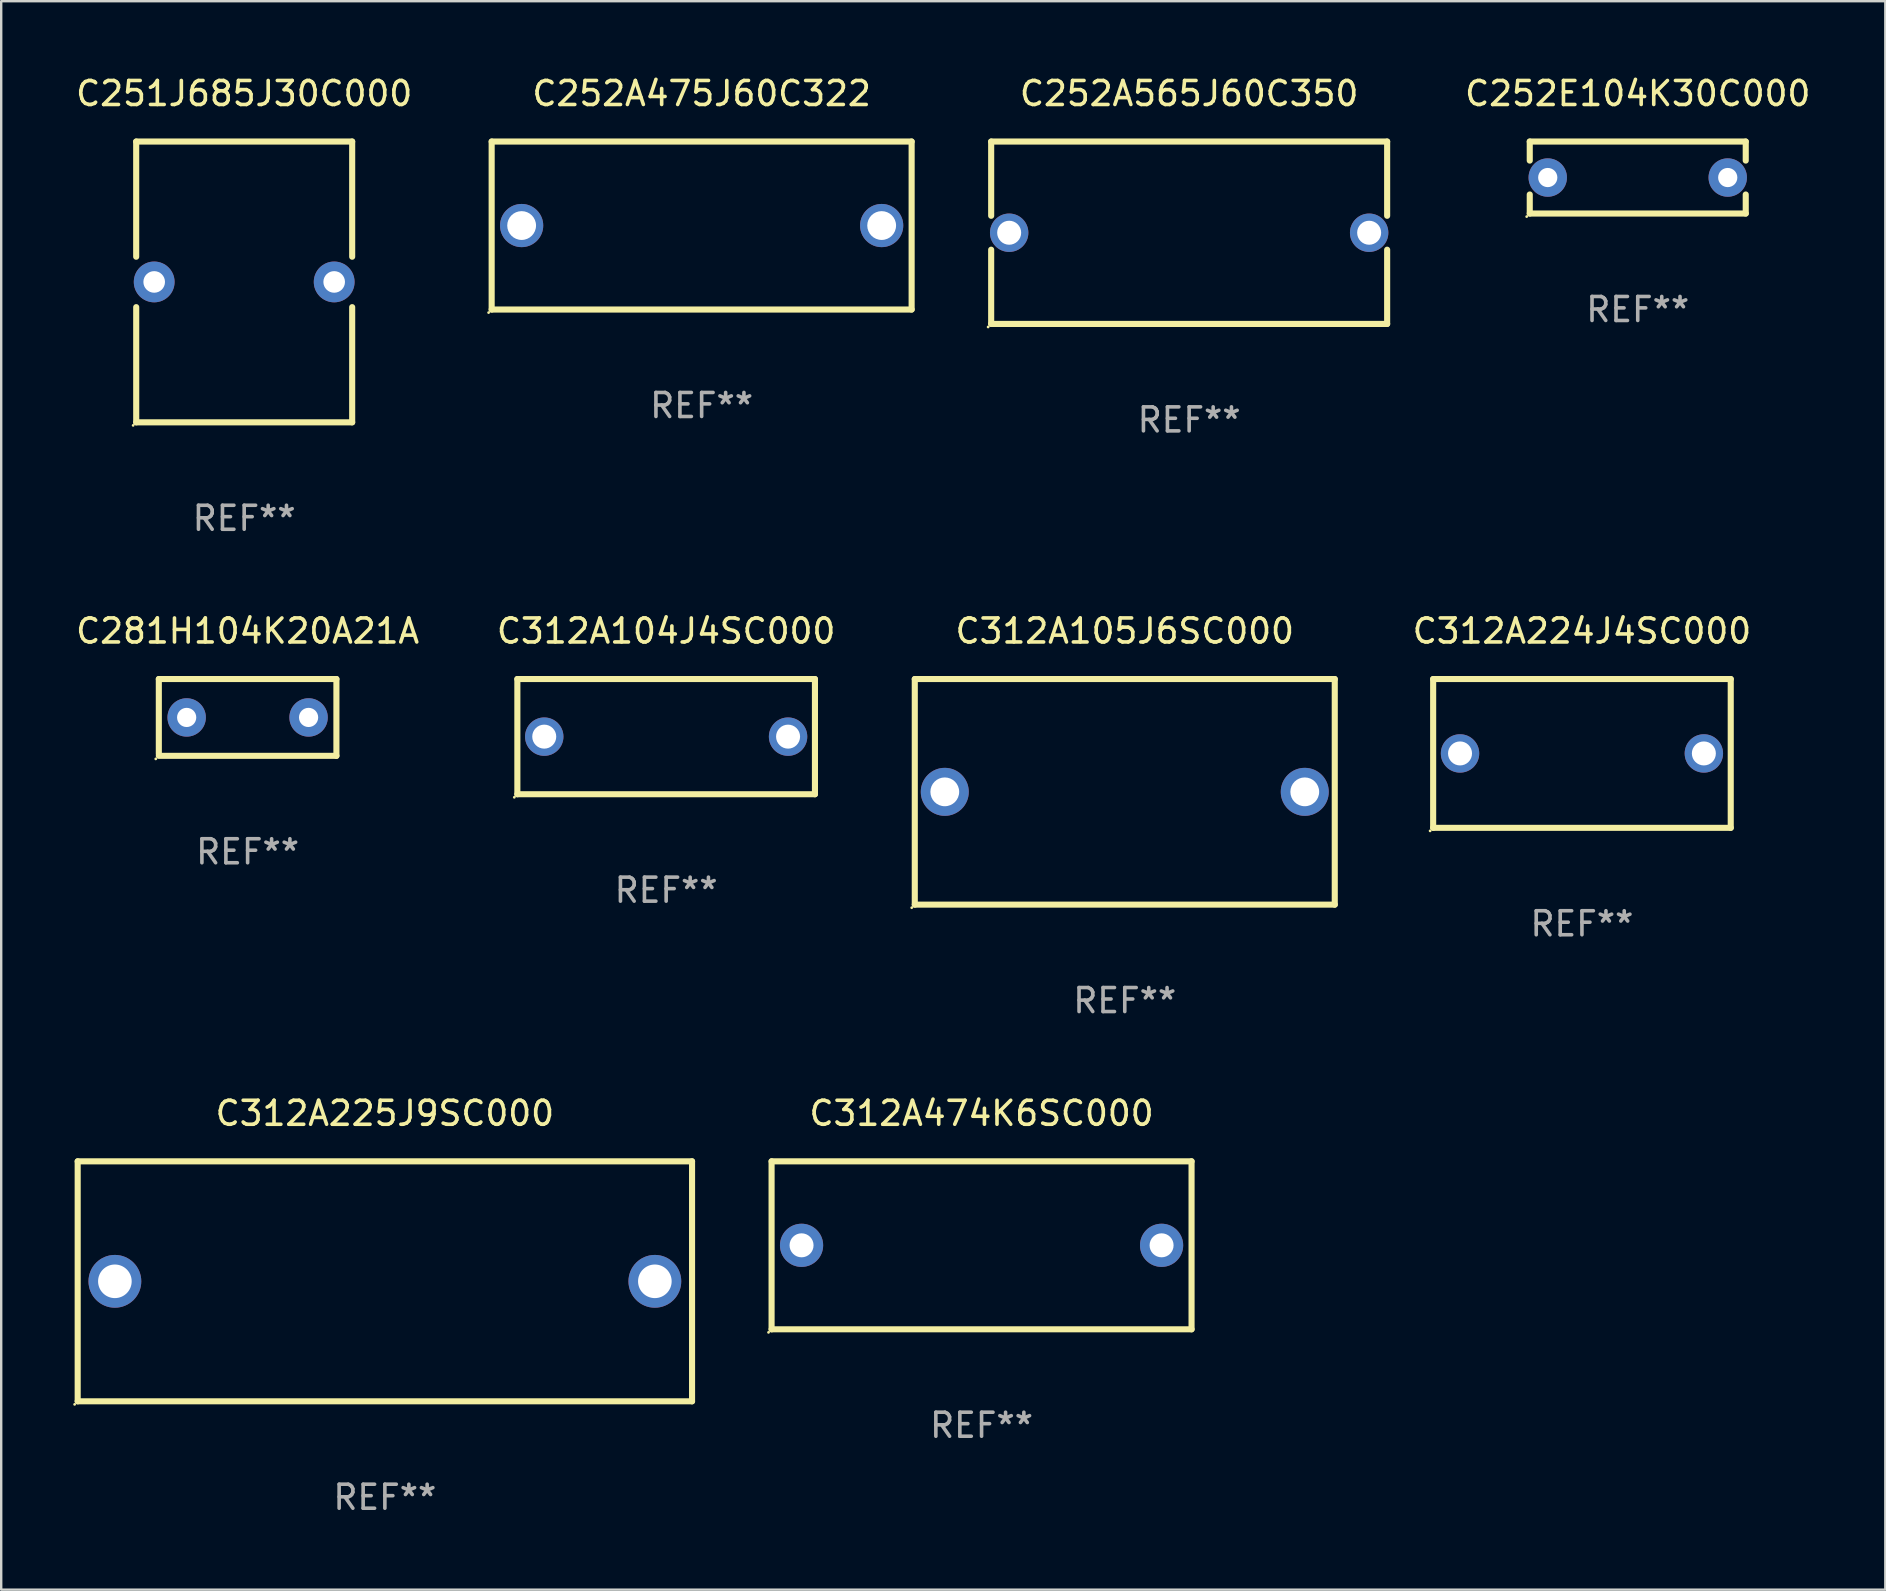
<source format=kicad_pcb>
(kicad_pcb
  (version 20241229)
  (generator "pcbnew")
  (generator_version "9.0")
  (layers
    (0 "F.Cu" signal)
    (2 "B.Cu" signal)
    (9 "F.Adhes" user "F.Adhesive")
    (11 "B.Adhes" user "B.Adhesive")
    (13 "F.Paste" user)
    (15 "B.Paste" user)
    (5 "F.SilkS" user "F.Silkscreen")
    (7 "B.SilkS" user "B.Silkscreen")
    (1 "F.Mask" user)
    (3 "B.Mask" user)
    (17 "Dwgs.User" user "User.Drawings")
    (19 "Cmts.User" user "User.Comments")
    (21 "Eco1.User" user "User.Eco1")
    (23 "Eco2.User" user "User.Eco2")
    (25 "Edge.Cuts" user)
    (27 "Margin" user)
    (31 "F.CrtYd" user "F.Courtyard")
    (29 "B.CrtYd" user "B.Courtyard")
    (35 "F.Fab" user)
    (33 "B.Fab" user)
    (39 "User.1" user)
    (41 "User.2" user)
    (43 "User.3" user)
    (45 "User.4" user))
  (footprint "C281H104K20A21A"
    (layer "F.Cu")
    (at 7.268 26.845)
    (property "Reference" "C281H104K20A21A" (at 0 -3.6 0) (layer "F.SilkS") (effects (font (size 1 1) (thickness 0.15))))
    (attr through_hole)
    (fp_line (start -3.7 -1.6) (end -3.7 1.524) (stroke (width 0.254) (type solid)) (layer "F.SilkS"))
    (fp_line (start -3.7 -1.6) (end 3.7 -1.6) (stroke (width 0.254) (type solid)) (layer "F.SilkS"))
    (fp_line (start -3.7 1.6) (end 3.7 1.6) (stroke (width 0.254) (type solid)) (layer "F.SilkS"))
    (fp_line (start 3.7 -1.6) (end 3.7 1.6) (stroke (width 0.254) (type solid)) (layer "F.SilkS"))
    (fp_circle (center -3.827 1.727) (end -3.797 1.727) (stroke (width 0.06) (type solid)) (fill no) (layer "F.SilkS"))
    (fp_text user "REF**" (at 0 5.6 0) (layer "F.Fab") (effects (font (size 1 1) (thickness 0.15))))
    (pad "1" thru_hole circle (at -2.54 0) (size 1.6 1.6) (drill 0.8) (layers "*.Cu" "*.Mask"))
    (pad "2" thru_hole circle (at 2.54 0) (size 1.6 1.6) (drill 0.8) (layers "*.Cu" "*.Mask")))
  (footprint "C312A224J4SC000"
    (layer "F.Cu")
    (at 62.868 28.345)
    (property "Reference" "C312A224J4SC000" (at 0 -5.1 0) (layer "F.SilkS") (effects (font (size 1 1) (thickness 0.15))))
    (attr through_hole)
    (fp_line (start -6.2 -3.1) (end 6.2 -3.1) (stroke (width 0.254) (type solid)) (layer "F.SilkS"))
    (fp_line (start -6.2 3.1) (end -6.2 -3.1) (stroke (width 0.254) (type solid)) (layer "F.SilkS"))
    (fp_line (start 6.2 -3.1) (end 6.2 3.1) (stroke (width 0.254) (type solid)) (layer "F.SilkS"))
    (fp_line (start 6.2 3.1) (end -6.2 3.1) (stroke (width 0.254) (type solid)) (layer "F.SilkS"))
    (fp_circle (center -6.327 3.227) (end -6.297 3.227) (stroke (width 0.06) (type solid)) (fill no) (layer "F.SilkS"))
    (fp_text user "REF**" (at 0 7.1 0) (layer "F.Fab") (effects (font (size 1 1) (thickness 0.15))))
    (pad "1" thru_hole circle (at -5.08 0) (size 1.6 1.6) (drill 1) (layers "*.Cu" "*.Mask"))
    (pad "2" thru_hole circle (at 5.08 0) (size 1.6 1.6) (drill 1) (layers "*.Cu" "*.Mask")))
  (footprint "C251J685J30C000"
    (layer "F.Cu")
    (at 7.125 8.698)
    (property "Reference" "C251J685J30C000" (at 0 -7.85 0) (layer "F.SilkS") (effects (font (size 1 1) (thickness 0.15))))
    (attr through_hole)
    (fp_line (start -4.5 -5.85) (end -4.5 -1.05) (stroke (width 0.254) (type solid)) (layer "F.SilkS"))
    (fp_line (start -4.5 -5.85) (end 4.5 -5.85) (stroke (width 0.254) (type solid)) (layer "F.SilkS"))
    (fp_line (start -4.499 1.05) (end -4.499 5.85) (stroke (width 0.254) (type solid)) (layer "F.SilkS"))
    (fp_line (start 4.5 -5.85) (end 4.5 -1.05) (stroke (width 0.254) (type solid)) (layer "F.SilkS"))
    (fp_line (start 4.5 1.05) (end 4.5 5.85) (stroke (width 0.254) (type solid)) (layer "F.SilkS"))
    (fp_line (start 4.5 5.85) (end -4.499 5.85) (stroke (width 0.254) (type solid)) (layer "F.SilkS"))
    (fp_circle (center -4.627 5.977) (end -4.597 5.977) (stroke (width 0.06) (type solid)) (fill no) (layer "F.SilkS"))
    (fp_text user "REF**" (at 0 9.85 0) (layer "F.Fab") (effects (font (size 1 1) (thickness 0.15))))
    (pad "1" thru_hole circle (at -3.75 0) (size 1.7 1.7) (drill 0.9) (layers "*.Cu" "*.Mask"))
    (pad "2" thru_hole circle (at 3.75 0) (size 1.7 1.7) (drill 0.9) (layers "*.Cu" "*.Mask")))
  (footprint "C252A565J60C350"
    (layer "F.Cu")
    (at 46.501 6.648)
    (property "Reference" "C252A565J60C350" (at 0 -5.8 0) (layer "F.SilkS") (effects (font (size 1 1) (thickness 0.15))))
    (attr through_hole)
    (fp_line (start -8.25 -3.8) (end -8.25 -0.706) (stroke (width 0.254) (type solid)) (layer "F.SilkS"))
    (fp_line (start -8.25 -3.8) (end 8.25 -3.8) (stroke (width 0.254) (type solid)) (layer "F.SilkS"))
    (fp_line (start -8.25 0.707) (end -8.25 3.8) (stroke (width 0.254) (type solid)) (layer "F.SilkS"))
    (fp_line (start -8.25 3.8) (end 8.25 3.8) (stroke (width 0.254) (type solid)) (layer "F.SilkS"))
    (fp_line (start 8.25 0.707) (end 8.25 3.8) (stroke (width 0.254) (type solid)) (layer "F.SilkS"))
    (fp_line (start 8.25 -3.8) (end 8.25 -0.706) (stroke (width 0.254) (type solid)) (layer "F.SilkS"))
    (fp_circle (center -8.377 3.927) (end -8.347 3.927) (stroke (width 0.06) (type solid)) (fill no) (layer "F.SilkS"))
    (fp_text user "REF**" (at 0 7.8 0) (layer "F.Fab") (effects (font (size 1 1) (thickness 0.15))))
    (pad "1" thru_hole circle (at -7.5 0) (size 1.6 1.6) (drill 1) (layers "*.Cu" "*.Mask"))
    (pad "2" thru_hole circle (at 7.5 0) (size 1.6 1.6) (drill 1) (layers "*.Cu" "*.Mask")))
  (footprint "C312A474K6SC000"
    (layer "F.Cu")
    (at 37.851 48.841)
    (property "Reference" "C312A474K6SC000" (at 0 -5.5 0) (layer "F.SilkS") (effects (font (size 1 1) (thickness 0.15))))
    (attr through_hole)
    (fp_line (start -8.75 -3.5) (end 8.75 -3.5) (stroke (width 0.254) (type solid)) (layer "F.SilkS"))
    (fp_line (start -8.75 3.5) (end -8.75 -3.5) (stroke (width 0.254) (type solid)) (layer "F.SilkS"))
    (fp_line (start 8.75 -3.5) (end 8.75 3.5) (stroke (width 0.254) (type solid)) (layer "F.SilkS"))
    (fp_line (start 8.75 3.5) (end -8.75 3.5) (stroke (width 0.254) (type solid)) (layer "F.SilkS"))
    (fp_circle (center -8.877 3.627) (end -8.847 3.627) (stroke (width 0.06) (type solid)) (fill no) (layer "F.SilkS"))
    (fp_text user "REF**" (at 0 7.5 0) (layer "F.Fab") (effects (font (size 1 1) (thickness 0.15))))
    (pad "1" thru_hole circle (at -7.501 0) (size 1.8 1.8) (drill 1) (layers "*.Cu" "*.Mask"))
    (pad "2" thru_hole circle (at 7.501 0) (size 1.8 1.8) (drill 1) (layers "*.Cu" "*.Mask")))
  (footprint "C312A105J6SC000"
    (layer "F.Cu")
    (at 43.818 29.945)
    (property "Reference" "C312A105J6SC000" (at 0 -6.7 0) (layer "F.SilkS") (effects (font (size 1 1) (thickness 0.15))))
    (attr through_hole)
    (fp_line (start -8.75 -4.7) (end 8.75 -4.7) (stroke (width 0.254) (type solid)) (layer "F.SilkS"))
    (fp_line (start -8.75 4.7) (end -8.75 -4.7) (stroke (width 0.254) (type solid)) (layer "F.SilkS"))
    (fp_line (start 8.75 -4.7) (end 8.75 4.7) (stroke (width 0.254) (type solid)) (layer "F.SilkS"))
    (fp_line (start 8.75 4.7) (end -8.75 4.7) (stroke (width 0.254) (type solid)) (layer "F.SilkS"))
    (fp_circle (center -8.877 4.827) (end -8.847 4.827) (stroke (width 0.06) (type solid)) (fill no) (layer "F.SilkS"))
    (fp_text user "REF**" (at 0 8.7 0) (layer "F.Fab") (effects (font (size 1 1) (thickness 0.15))))
    (pad "1" thru_hole circle (at -7.5 0) (size 2 2) (drill 1.2) (layers "*.Cu" "*.Mask"))
    (pad "2" thru_hole circle (at 7.5 0) (size 2 2) (drill 1.2) (layers "*.Cu" "*.Mask")))
  (footprint "C252E104K30C000"
    (layer "F.Cu")
    (at 65.193 4.348)
    (property "Reference" "C252E104K30C000" (at 0 -3.5 0) (layer "F.SilkS") (effects (font (size 1 1) (thickness 0.15))))
    (attr through_hole)
    (fp_line (start -4.5 -1.5) (end -4.5 -0.706) (stroke (width 0.254) (type solid)) (layer "F.SilkS"))
    (fp_line (start -4.5 -1.5) (end 4.5 -1.5) (stroke (width 0.254) (type solid)) (layer "F.SilkS"))
    (fp_line (start -4.5 0.706) (end -4.5 1.5) (stroke (width 0.254) (type solid)) (layer "F.SilkS"))
    (fp_line (start -4.5 1.5) (end 4.5 1.5) (stroke (width 0.254) (type solid)) (layer "F.SilkS"))
    (fp_line (start 4.5 -1.5) (end 4.5 -0.707) (stroke (width 0.254) (type solid)) (layer "F.SilkS"))
    (fp_line (start 4.5 0.707) (end 4.5 1.5) (stroke (width 0.254) (type solid)) (layer "F.SilkS"))
    (fp_circle (center -4.627 1.627) (end -4.597 1.627) (stroke (width 0.06) (type solid)) (fill no) (layer "F.SilkS"))
    (fp_text user "REF**" (at 0 5.5 0) (layer "F.Fab") (effects (font (size 1 1) (thickness 0.15))))
    (pad "1" thru_hole circle (at -3.75 0) (size 1.6 1.6) (drill 0.8) (layers "*.Cu" "*.Mask"))
    (pad "2" thru_hole circle (at 3.75 0) (size 1.6 1.6) (drill 0.8) (layers "*.Cu" "*.Mask")))
  (footprint "C312A225J9SC000"
    (layer "F.Cu")
    (at 12.987 50.341)
    (property "Reference" "C312A225J9SC000" (at 0 -7 0) (layer "F.SilkS") (effects (font (size 1 1) (thickness 0.15))))
    (attr through_hole)
    (fp_line (start -12.8 -5) (end 12.8 -5) (stroke (width 0.254) (type solid)) (layer "F.SilkS"))
    (fp_line (start -12.8 5) (end -12.8 -5) (stroke (width 0.254) (type solid)) (layer "F.SilkS"))
    (fp_line (start 12.8 -5) (end 12.8 5) (stroke (width 0.254) (type solid)) (layer "F.SilkS"))
    (fp_line (start 12.8 5) (end -12.8 5) (stroke (width 0.254) (type solid)) (layer "F.SilkS"))
    (fp_circle (center -12.927 5.127) (end -12.897 5.127) (stroke (width 0.06) (type solid)) (fill no) (layer "F.SilkS"))
    (fp_text user "REF**" (at 0 9 0) (layer "F.Fab") (effects (font (size 1 1) (thickness 0.15))))
    (pad "1" thru_hole circle (at -11.25 0) (size 2.2 2.2) (drill 1.4) (layers "*.Cu" "*.Mask"))
    (pad "2" thru_hole circle (at 11.25 0) (size 2.2 2.2) (drill 1.4) (layers "*.Cu" "*.Mask")))
  (footprint "C312A104J4SC000"
    (layer "F.Cu")
    (at 24.708 27.645)
    (property "Reference" "C312A104J4SC000" (at 0 -4.4 0) (layer "F.SilkS") (effects (font (size 1 1) (thickness 0.15))))
    (attr through_hole)
    (fp_line (start -6.2 -2.4) (end 6.2 -2.4) (stroke (width 0.254) (type solid)) (layer "F.SilkS"))
    (fp_line (start -6.2 2.4) (end -6.2 -2.4) (stroke (width 0.254) (type solid)) (layer "F.SilkS"))
    (fp_line (start 6.2 -2.4) (end 6.2 2.4) (stroke (width 0.254) (type solid)) (layer "F.SilkS"))
    (fp_line (start 6.2 2.4) (end -6.2 2.4) (stroke (width 0.254) (type solid)) (layer "F.SilkS"))
    (fp_circle (center -6.327 2.527) (end -6.297 2.527) (stroke (width 0.06) (type solid)) (fill no) (layer "F.SilkS"))
    (fp_text user "REF**" (at 0 6.4 0) (layer "F.Fab") (effects (font (size 1 1) (thickness 0.15))))
    (pad "1" thru_hole circle (at -5.08 0) (size 1.6 1.6) (drill 1) (layers "*.Cu" "*.Mask"))
    (pad "2" thru_hole circle (at 5.08 0) (size 1.6 1.6) (drill 1) (layers "*.Cu" "*.Mask")))
  (footprint "C252A475J60C322"
    (layer "F.Cu")
    (at 26.187 6.348)
    (property "Reference" "C252A475J60C322" (at 0 -5.5 0) (layer "F.SilkS") (effects (font (size 1 1) (thickness 0.15))))
    (attr through_hole)
    (fp_line (start -8.75 -3.5) (end 8.75 -3.5) (stroke (width 0.254) (type solid)) (layer "F.SilkS"))
    (fp_line (start -8.75 3.5) (end -8.75 -3.5) (stroke (width 0.254) (type solid)) (layer "F.SilkS"))
    (fp_line (start 8.75 -3.5) (end 8.75 3.5) (stroke (width 0.254) (type solid)) (layer "F.SilkS"))
    (fp_line (start 8.75 3.5) (end -8.75 3.5) (stroke (width 0.254) (type solid)) (layer "F.SilkS"))
    (fp_circle (center -8.877 3.627) (end -8.847 3.627) (stroke (width 0.06) (type solid)) (fill no) (layer "F.SilkS"))
    (fp_text user "REF**" (at 0 7.5 0) (layer "F.Fab") (effects (font (size 1 1) (thickness 0.15))))
    (pad "1" thru_hole circle (at -7.501 0) (size 1.8 1.8) (drill 1.2) (layers "*.Cu" "*.Mask"))
    (pad "2" thru_hole circle (at 7.501 0) (size 1.8 1.8) (drill 1.2) (layers "*.Cu" "*.Mask")))
  (gr_rect
    (start -3 -3)
    (end 75.509 63.19)
    (stroke (width 0.1) (type default))
    (fill no)
    (layer "Edge.Cuts")))
</source>
